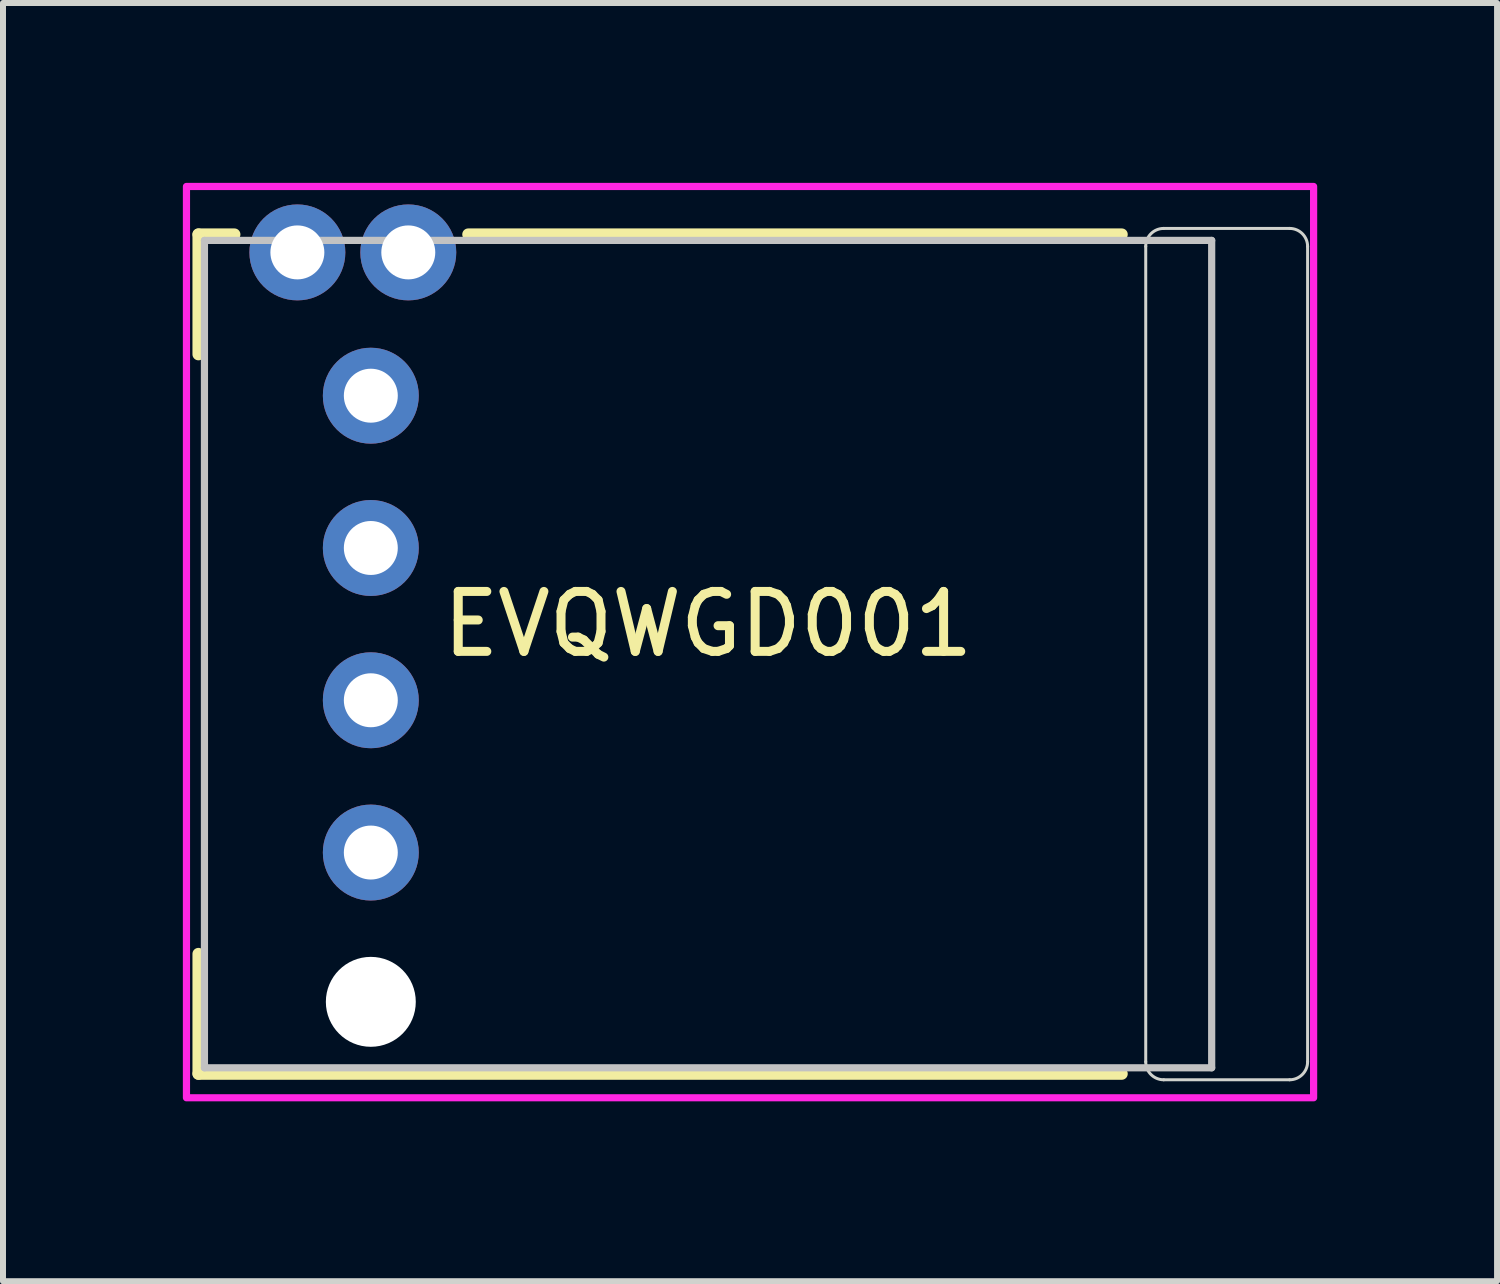
<source format=kicad_pcb>
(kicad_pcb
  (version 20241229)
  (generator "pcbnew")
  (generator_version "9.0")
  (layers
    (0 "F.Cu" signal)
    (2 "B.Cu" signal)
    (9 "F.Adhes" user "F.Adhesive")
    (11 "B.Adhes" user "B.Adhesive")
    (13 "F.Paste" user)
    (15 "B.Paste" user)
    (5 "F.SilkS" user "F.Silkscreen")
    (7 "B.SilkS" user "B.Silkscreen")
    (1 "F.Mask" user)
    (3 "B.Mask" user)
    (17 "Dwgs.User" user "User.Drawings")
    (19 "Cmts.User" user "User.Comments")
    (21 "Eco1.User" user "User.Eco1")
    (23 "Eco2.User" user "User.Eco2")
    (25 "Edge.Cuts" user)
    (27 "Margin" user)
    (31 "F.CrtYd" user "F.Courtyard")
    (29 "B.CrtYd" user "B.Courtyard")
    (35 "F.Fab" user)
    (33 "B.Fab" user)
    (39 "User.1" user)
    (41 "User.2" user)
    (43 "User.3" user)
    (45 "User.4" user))
  (footprint "EVQWGD001"
    (layer "F.Cu")
    (at 8.76 7.36)
    (property "Reference" "EVQWGD001" (at 0 0 180) (layer "F.SilkS") (effects (font (size 1 1) (thickness 0.15))))
    (attr through_hole)
    (fp_line (start -8.5 -6.5) (end -8.5 -4.5) (stroke (width 0.2) (type solid)) (layer "F.SilkS"))
    (fp_line (start -8.5 5.5) (end -8.5 7.5) (stroke (width 0.2) (type solid)) (layer "F.SilkS"))
    (fp_line (start -8.5 7.5) (end 6.9 7.5) (stroke (width 0.2) (type solid)) (layer "F.SilkS"))
    (fp_line (start -7.9 -6.5) (end -8.5 -6.5) (stroke (width 0.2) (type solid)) (layer "F.SilkS"))
    (fp_line (start 6.9 -6.5) (end -4 -6.5) (stroke (width 0.2) (type solid)) (layer "F.SilkS"))
    (fp_line (start -8.4 -6.4) (end 8.4 -6.4) (stroke (width 0.12) (type solid)) (layer "Dwgs.User"))
    (fp_line (start -8.4 7.4) (end -8.4 -6.4) (stroke (width 0.12) (type solid)) (layer "Dwgs.User"))
    (fp_line (start 8.4 -6.4) (end 8.4 7.4) (stroke (width 0.12) (type solid)) (layer "Dwgs.User"))
    (fp_line (start 8.4 7.4) (end -8.4 7.4) (stroke (width 0.12) (type solid)) (layer "Dwgs.User"))
    (fp_line (start 7.3 -6.3) (end 7.3 7.3) (stroke (width 0.05) (type solid)) (layer "Edge.Cuts"))
    (fp_line (start 7.6 7.6) (end 9.7 7.6) (stroke (width 0.05) (type solid)) (layer "Edge.Cuts"))
    (fp_line (start 9.7 -6.6) (end 7.6 -6.6) (stroke (width 0.05) (type solid)) (layer "Edge.Cuts"))
    (fp_line (start 10 7.3) (end 10 -6.3) (stroke (width 0.05) (type solid)) (layer "Edge.Cuts"))
    (fp_arc (start 7.3 -6.3) (mid 7.387868 -6.512132) (end 7.6 -6.6) (stroke (width 0.05) (type solid)) (layer "Edge.Cuts"))
    (fp_arc (start 7.6 7.6) (mid 7.387868 7.512132) (end 7.3 7.3) (stroke (width 0.05) (type solid)) (layer "Edge.Cuts"))
    (fp_arc (start 9.7 -6.6) (mid 9.912132 -6.512132) (end 10 -6.3) (stroke (width 0.05) (type solid)) (layer "Edge.Cuts"))
    (fp_arc (start 10 7.3) (mid 9.912132 7.512132) (end 9.7 7.6) (stroke (width 0.05) (type solid)) (layer "Edge.Cuts"))
    (fp_rect (start 10.1 7.9) (end -8.7 -7.3) (stroke (width 0.12) (type default)) (fill no) (layer "F.CrtYd"))
    (pad "" np_thru_hole circle (at -5.625 6.3) (size 1.5 1.5) (drill 1.5) (layers "*.Cu" "*.Mask"))
    (pad "A" thru_hole circle (at -5.625 -3.81) (size 1.6 1.6) (drill 0.9) (layers "*.Cu" "*.Mask"))
    (pad "B" thru_hole circle (at -5.625 -1.27) (size 1.6 1.6) (drill 0.9) (layers "*.Cu" "*.Mask"))
    (pad "C" thru_hole circle (at -5.625 1.27) (size 1.6 1.6) (drill 0.9) (layers "*.Cu" "*.Mask"))
    (pad "D" thru_hole circle (at -5.625 3.81) (size 1.6 1.6) (drill 0.9) (layers "*.Cu" "*.Mask"))
    (pad "S1" thru_hole circle (at -6.85 -6.2) (size 1.6 1.6) (drill 0.9) (layers "*.Cu" "*.Mask"))
    (pad "S2" thru_hole circle (at -5 -6.2) (size 1.6 1.6) (drill 0.9) (layers "*.Cu" "*.Mask")))
  (gr_rect
    (start -3 -3)
    (end 21.92 18.32)
    (stroke (width 0.1) (type default))
    (fill no)
    (layer "Edge.Cuts")))
</source>
